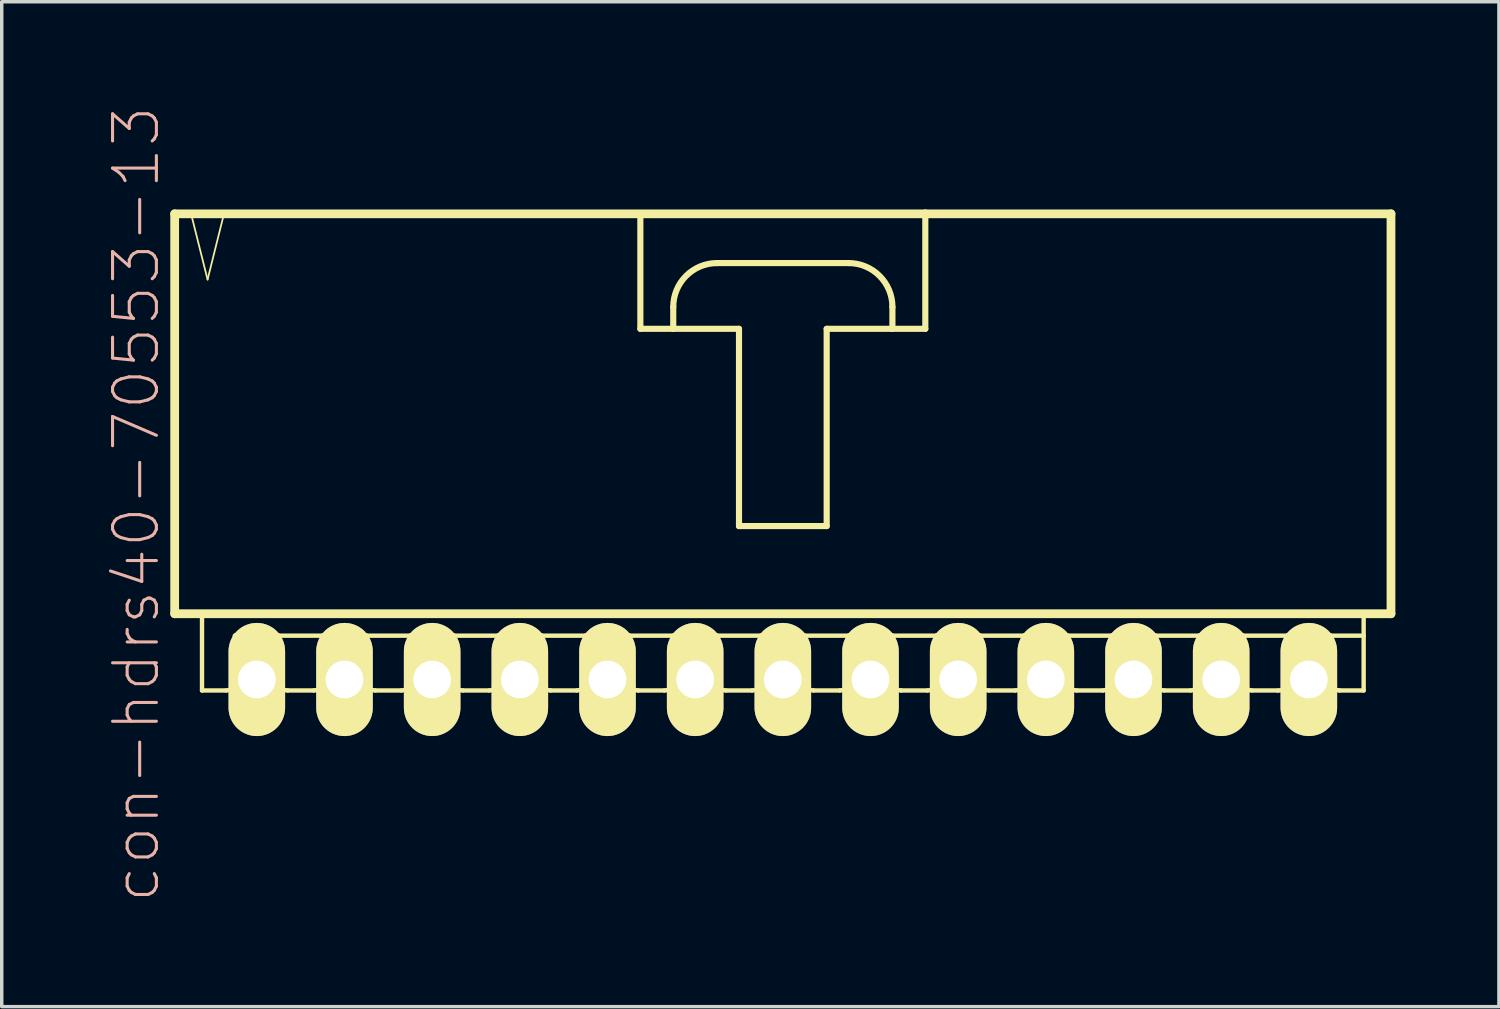
<source format=kicad_pcb>
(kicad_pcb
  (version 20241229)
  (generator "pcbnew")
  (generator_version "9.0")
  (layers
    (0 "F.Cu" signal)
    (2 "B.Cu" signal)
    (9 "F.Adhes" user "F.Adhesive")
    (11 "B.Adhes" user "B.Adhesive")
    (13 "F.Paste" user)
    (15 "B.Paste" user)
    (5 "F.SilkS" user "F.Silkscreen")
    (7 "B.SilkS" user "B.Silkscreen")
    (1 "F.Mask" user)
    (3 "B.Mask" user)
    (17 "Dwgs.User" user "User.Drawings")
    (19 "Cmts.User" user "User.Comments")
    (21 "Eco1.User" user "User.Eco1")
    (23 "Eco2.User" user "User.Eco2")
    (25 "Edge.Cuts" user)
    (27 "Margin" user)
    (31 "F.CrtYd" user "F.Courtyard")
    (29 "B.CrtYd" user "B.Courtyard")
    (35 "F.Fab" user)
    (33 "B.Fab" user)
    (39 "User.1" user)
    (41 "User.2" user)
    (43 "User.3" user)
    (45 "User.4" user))
  (footprint "con-hdrs40-70553-13"
    (layer "F.Cu")
    (at 19.631 9.017)
    (property "Reference" "con-hdrs40-70553-13" (at -18.733 2.54 90) (layer "B.SilkS") (effects (font (size 1.27 1.27) (thickness 0.089))))
    (attr exclude_from_pos_files exclude_from_bom)
    (fp_line (start -17.62 -5.872) (end -17.62 5.715) (stroke (width 0.254) (type solid)) (layer "F.SilkS"))
    (fp_line (start -17.62 5.715) (end 17.62 5.715) (stroke (width 0.254) (type solid)) (layer "F.SilkS"))
    (fp_line (start -17.145 -5.872) (end -16.667 -3.967) (stroke (width 0.051) (type solid)) (layer "F.SilkS"))
    (fp_line (start -16.828 5.715) (end -16.828 7.938) (stroke (width 0.127) (type solid)) (layer "F.SilkS"))
    (fp_line (start -16.667 -3.967) (end -16.192 -5.872) (stroke (width 0.051) (type solid)) (layer "F.SilkS"))
    (fp_line (start -16.192 -5.872) (end -17.145 -5.872) (stroke (width 0.051) (type solid)) (layer "F.SilkS"))
    (fp_line (start -16.129 7.938) (end -16.828 7.938) (stroke (width 0.127) (type solid)) (layer "F.SilkS"))
    (fp_line (start -15.875 6.35) (end -15.875 7.684) (stroke (width 0.127) (type solid)) (layer "F.SilkS"))
    (fp_line (start -15.875 6.35) (end -14.605 6.35) (stroke (width 0.127) (type solid)) (layer "F.SilkS"))
    (fp_line (start -15.557 6.35) (end -14.922 6.35) (stroke (width 0.066) (type solid)) (layer "F.SilkS"))
    (fp_line (start -15.557 7.62) (end -15.557 6.35) (stroke (width 0.066) (type solid)) (layer "F.SilkS"))
    (fp_line (start -15.557 7.62) (end -14.922 7.62) (stroke (width 0.066) (type solid)) (layer "F.SilkS"))
    (fp_line (start -14.922 7.62) (end -14.922 6.35) (stroke (width 0.066) (type solid)) (layer "F.SilkS"))
    (fp_line (start -14.605 6.35) (end -14.605 7.684) (stroke (width 0.127) (type solid)) (layer "F.SilkS"))
    (fp_line (start -14.605 6.35) (end -13.335 6.35) (stroke (width 0.127) (type solid)) (layer "F.SilkS"))
    (fp_line (start -13.589 7.938) (end -14.348 7.938) (stroke (width 0.127) (type solid)) (layer "F.SilkS"))
    (fp_line (start -13.335 6.35) (end -13.335 7.684) (stroke (width 0.127) (type solid)) (layer "F.SilkS"))
    (fp_line (start -13.335 6.35) (end -12.065 6.35) (stroke (width 0.127) (type solid)) (layer "F.SilkS"))
    (fp_line (start -13.018 6.35) (end -12.383 6.35) (stroke (width 0.066) (type solid)) (layer "F.SilkS"))
    (fp_line (start -13.018 7.62) (end -13.018 6.35) (stroke (width 0.066) (type solid)) (layer "F.SilkS"))
    (fp_line (start -13.018 7.62) (end -12.383 7.62) (stroke (width 0.066) (type solid)) (layer "F.SilkS"))
    (fp_line (start -12.383 7.62) (end -12.383 6.35) (stroke (width 0.066) (type solid)) (layer "F.SilkS"))
    (fp_line (start -12.065 6.35) (end -12.065 7.684) (stroke (width 0.127) (type solid)) (layer "F.SilkS"))
    (fp_line (start -12.065 6.35) (end -10.795 6.35) (stroke (width 0.127) (type solid)) (layer "F.SilkS"))
    (fp_line (start -11.049 7.938) (end -11.811 7.938) (stroke (width 0.127) (type solid)) (layer "F.SilkS"))
    (fp_line (start -10.795 6.35) (end -10.795 7.684) (stroke (width 0.127) (type solid)) (layer "F.SilkS"))
    (fp_line (start -10.795 6.35) (end -9.525 6.35) (stroke (width 0.127) (type solid)) (layer "F.SilkS"))
    (fp_line (start -10.477 6.35) (end -9.842 6.35) (stroke (width 0.066) (type solid)) (layer "F.SilkS"))
    (fp_line (start -10.477 7.62) (end -10.477 6.35) (stroke (width 0.066) (type solid)) (layer "F.SilkS"))
    (fp_line (start -10.477 7.62) (end -9.842 7.62) (stroke (width 0.066) (type solid)) (layer "F.SilkS"))
    (fp_line (start -9.842 7.62) (end -9.842 6.35) (stroke (width 0.066) (type solid)) (layer "F.SilkS"))
    (fp_line (start -9.525 6.35) (end -9.525 7.684) (stroke (width 0.127) (type solid)) (layer "F.SilkS"))
    (fp_line (start -9.525 6.35) (end -8.255 6.35) (stroke (width 0.127) (type solid)) (layer "F.SilkS"))
    (fp_line (start -8.509 7.938) (end -9.271 7.938) (stroke (width 0.127) (type solid)) (layer "F.SilkS"))
    (fp_line (start -8.255 6.35) (end -8.255 7.684) (stroke (width 0.127) (type solid)) (layer "F.SilkS"))
    (fp_line (start -8.255 6.35) (end -6.985 6.35) (stroke (width 0.127) (type solid)) (layer "F.SilkS"))
    (fp_line (start -7.938 6.35) (end -7.303 6.35) (stroke (width 0.066) (type solid)) (layer "F.SilkS"))
    (fp_line (start -7.938 7.62) (end -7.938 6.35) (stroke (width 0.066) (type solid)) (layer "F.SilkS"))
    (fp_line (start -7.938 7.62) (end -7.303 7.62) (stroke (width 0.066) (type solid)) (layer "F.SilkS"))
    (fp_line (start -7.303 7.62) (end -7.303 6.35) (stroke (width 0.066) (type solid)) (layer "F.SilkS"))
    (fp_line (start -6.985 6.35) (end -6.985 7.684) (stroke (width 0.127) (type solid)) (layer "F.SilkS"))
    (fp_line (start -6.985 6.35) (end -5.715 6.35) (stroke (width 0.127) (type solid)) (layer "F.SilkS"))
    (fp_line (start -5.969 7.938) (end -6.731 7.938) (stroke (width 0.127) (type solid)) (layer "F.SilkS"))
    (fp_line (start -5.715 6.35) (end -5.715 7.684) (stroke (width 0.127) (type solid)) (layer "F.SilkS"))
    (fp_line (start -5.715 6.35) (end -4.445 6.35) (stroke (width 0.127) (type solid)) (layer "F.SilkS"))
    (fp_line (start -5.397 6.35) (end -4.763 6.35) (stroke (width 0.066) (type solid)) (layer "F.SilkS"))
    (fp_line (start -5.397 7.62) (end -5.397 6.35) (stroke (width 0.066) (type solid)) (layer "F.SilkS"))
    (fp_line (start -5.397 7.62) (end -4.763 7.62) (stroke (width 0.066) (type solid)) (layer "F.SilkS"))
    (fp_line (start -4.763 7.62) (end -4.763 6.35) (stroke (width 0.066) (type solid)) (layer "F.SilkS"))
    (fp_line (start -4.445 6.35) (end -4.445 7.684) (stroke (width 0.127) (type solid)) (layer "F.SilkS"))
    (fp_line (start -4.445 6.35) (end -3.175 6.35) (stroke (width 0.127) (type solid)) (layer "F.SilkS"))
    (fp_line (start -4.128 -5.872) (end -4.128 -2.54) (stroke (width 0.178) (type solid)) (layer "F.SilkS"))
    (fp_line (start -4.128 -2.54) (end -3.175 -2.54) (stroke (width 0.178) (type solid)) (layer "F.SilkS"))
    (fp_line (start -3.429 7.938) (end -4.191 7.938) (stroke (width 0.127) (type solid)) (layer "F.SilkS"))
    (fp_line (start -3.175 -2.54) (end -3.175 -3.175) (stroke (width 0.178) (type solid)) (layer "F.SilkS"))
    (fp_line (start -3.175 -2.54) (end -1.27 -2.54) (stroke (width 0.178) (type solid)) (layer "F.SilkS"))
    (fp_line (start -3.175 6.35) (end -3.175 7.684) (stroke (width 0.127) (type solid)) (layer "F.SilkS"))
    (fp_line (start -3.175 6.35) (end -1.905 6.35) (stroke (width 0.127) (type solid)) (layer "F.SilkS"))
    (fp_line (start -2.857 6.35) (end -2.223 6.35) (stroke (width 0.066) (type solid)) (layer "F.SilkS"))
    (fp_line (start -2.857 7.62) (end -2.857 6.35) (stroke (width 0.066) (type solid)) (layer "F.SilkS"))
    (fp_line (start -2.857 7.62) (end -2.223 7.62) (stroke (width 0.066) (type solid)) (layer "F.SilkS"))
    (fp_line (start -2.223 7.62) (end -2.223 6.35) (stroke (width 0.066) (type solid)) (layer "F.SilkS"))
    (fp_line (start -1.905 -4.445) (end 1.905 -4.445) (stroke (width 0.178) (type solid)) (layer "F.SilkS"))
    (fp_line (start -1.905 6.35) (end -1.905 7.684) (stroke (width 0.127) (type solid)) (layer "F.SilkS"))
    (fp_line (start -1.905 6.35) (end -0.635 6.35) (stroke (width 0.127) (type solid)) (layer "F.SilkS"))
    (fp_line (start -1.27 -2.54) (end -1.27 3.175) (stroke (width 0.178) (type solid)) (layer "F.SilkS"))
    (fp_line (start -1.27 3.175) (end 1.27 3.175) (stroke (width 0.178) (type solid)) (layer "F.SilkS"))
    (fp_line (start -0.889 7.938) (end -1.651 7.938) (stroke (width 0.127) (type solid)) (layer "F.SilkS"))
    (fp_line (start -0.635 6.35) (end -0.635 7.684) (stroke (width 0.127) (type solid)) (layer "F.SilkS"))
    (fp_line (start -0.635 6.35) (end 0.635 6.35) (stroke (width 0.127) (type solid)) (layer "F.SilkS"))
    (fp_line (start -0.318 6.35) (end 0.318 6.35) (stroke (width 0.066) (type solid)) (layer "F.SilkS"))
    (fp_line (start -0.318 7.62) (end -0.318 6.35) (stroke (width 0.066) (type solid)) (layer "F.SilkS"))
    (fp_line (start -0.318 7.62) (end 0.318 7.62) (stroke (width 0.066) (type solid)) (layer "F.SilkS"))
    (fp_line (start 0.318 7.62) (end 0.318 6.35) (stroke (width 0.066) (type solid)) (layer "F.SilkS"))
    (fp_line (start 0.635 6.35) (end 0.635 7.684) (stroke (width 0.127) (type solid)) (layer "F.SilkS"))
    (fp_line (start 0.635 6.35) (end 1.905 6.35) (stroke (width 0.127) (type solid)) (layer "F.SilkS"))
    (fp_line (start 1.27 -2.54) (end 3.175 -2.54) (stroke (width 0.178) (type solid)) (layer "F.SilkS"))
    (fp_line (start 1.27 3.175) (end 1.27 -2.54) (stroke (width 0.178) (type solid)) (layer "F.SilkS"))
    (fp_line (start 1.651 7.938) (end 0.889 7.938) (stroke (width 0.127) (type solid)) (layer "F.SilkS"))
    (fp_line (start 1.905 6.35) (end 1.905 7.684) (stroke (width 0.127) (type solid)) (layer "F.SilkS"))
    (fp_line (start 1.905 6.35) (end 3.175 6.35) (stroke (width 0.127) (type solid)) (layer "F.SilkS"))
    (fp_line (start 2.223 6.35) (end 2.857 6.35) (stroke (width 0.066) (type solid)) (layer "F.SilkS"))
    (fp_line (start 2.223 7.62) (end 2.223 6.35) (stroke (width 0.066) (type solid)) (layer "F.SilkS"))
    (fp_line (start 2.223 7.62) (end 2.857 7.62) (stroke (width 0.066) (type solid)) (layer "F.SilkS"))
    (fp_line (start 2.857 7.62) (end 2.857 6.35) (stroke (width 0.066) (type solid)) (layer "F.SilkS"))
    (fp_line (start 3.175 -3.175) (end 3.175 -2.54) (stroke (width 0.178) (type solid)) (layer "F.SilkS"))
    (fp_line (start 3.175 -2.54) (end 4.128 -2.54) (stroke (width 0.178) (type solid)) (layer "F.SilkS"))
    (fp_line (start 3.175 6.35) (end 3.175 7.684) (stroke (width 0.127) (type solid)) (layer "F.SilkS"))
    (fp_line (start 3.175 6.35) (end 4.445 6.35) (stroke (width 0.127) (type solid)) (layer "F.SilkS"))
    (fp_line (start 4.128 -5.872) (end -17.62 -5.872) (stroke (width 0.254) (type solid)) (layer "F.SilkS"))
    (fp_line (start 4.128 -2.54) (end 4.128 -5.872) (stroke (width 0.178) (type solid)) (layer "F.SilkS"))
    (fp_line (start 4.191 7.938) (end 3.429 7.938) (stroke (width 0.127) (type solid)) (layer "F.SilkS"))
    (fp_line (start 4.445 6.35) (end 4.445 7.684) (stroke (width 0.127) (type solid)) (layer "F.SilkS"))
    (fp_line (start 4.445 6.35) (end 5.715 6.35) (stroke (width 0.127) (type solid)) (layer "F.SilkS"))
    (fp_line (start 4.763 6.35) (end 5.397 6.35) (stroke (width 0.066) (type solid)) (layer "F.SilkS"))
    (fp_line (start 4.763 7.62) (end 4.763 6.35) (stroke (width 0.066) (type solid)) (layer "F.SilkS"))
    (fp_line (start 4.763 7.62) (end 5.397 7.62) (stroke (width 0.066) (type solid)) (layer "F.SilkS"))
    (fp_line (start 5.397 7.62) (end 5.397 6.35) (stroke (width 0.066) (type solid)) (layer "F.SilkS"))
    (fp_line (start 5.715 6.35) (end 5.715 7.684) (stroke (width 0.127) (type solid)) (layer "F.SilkS"))
    (fp_line (start 5.715 6.35) (end 6.985 6.35) (stroke (width 0.127) (type solid)) (layer "F.SilkS"))
    (fp_line (start 6.731 7.938) (end 5.969 7.938) (stroke (width 0.127) (type solid)) (layer "F.SilkS"))
    (fp_line (start 6.985 6.35) (end 6.985 7.684) (stroke (width 0.127) (type solid)) (layer "F.SilkS"))
    (fp_line (start 6.985 6.35) (end 8.255 6.35) (stroke (width 0.127) (type solid)) (layer "F.SilkS"))
    (fp_line (start 7.303 6.35) (end 7.938 6.35) (stroke (width 0.066) (type solid)) (layer "F.SilkS"))
    (fp_line (start 7.303 7.62) (end 7.303 6.35) (stroke (width 0.066) (type solid)) (layer "F.SilkS"))
    (fp_line (start 7.303 7.62) (end 7.938 7.62) (stroke (width 0.066) (type solid)) (layer "F.SilkS"))
    (fp_line (start 7.938 7.62) (end 7.938 6.35) (stroke (width 0.066) (type solid)) (layer "F.SilkS"))
    (fp_line (start 8.255 6.35) (end 8.255 7.684) (stroke (width 0.127) (type solid)) (layer "F.SilkS"))
    (fp_line (start 8.255 6.35) (end 9.525 6.35) (stroke (width 0.127) (type solid)) (layer "F.SilkS"))
    (fp_line (start 9.271 7.938) (end 8.509 7.938) (stroke (width 0.127) (type solid)) (layer "F.SilkS"))
    (fp_line (start 9.525 6.35) (end 9.525 7.684) (stroke (width 0.127) (type solid)) (layer "F.SilkS"))
    (fp_line (start 9.525 6.35) (end 10.795 6.35) (stroke (width 0.127) (type solid)) (layer "F.SilkS"))
    (fp_line (start 9.842 6.35) (end 10.477 6.35) (stroke (width 0.066) (type solid)) (layer "F.SilkS"))
    (fp_line (start 9.842 7.62) (end 9.842 6.35) (stroke (width 0.066) (type solid)) (layer "F.SilkS"))
    (fp_line (start 9.842 7.62) (end 10.477 7.62) (stroke (width 0.066) (type solid)) (layer "F.SilkS"))
    (fp_line (start 10.477 7.62) (end 10.477 6.35) (stroke (width 0.066) (type solid)) (layer "F.SilkS"))
    (fp_line (start 10.795 6.35) (end 10.795 7.684) (stroke (width 0.127) (type solid)) (layer "F.SilkS"))
    (fp_line (start 10.795 6.35) (end 12.065 6.35) (stroke (width 0.127) (type solid)) (layer "F.SilkS"))
    (fp_line (start 11.811 7.938) (end 11.049 7.938) (stroke (width 0.127) (type solid)) (layer "F.SilkS"))
    (fp_line (start 12.065 6.35) (end 12.065 7.684) (stroke (width 0.127) (type solid)) (layer "F.SilkS"))
    (fp_line (start 12.065 6.35) (end 13.335 6.35) (stroke (width 0.127) (type solid)) (layer "F.SilkS"))
    (fp_line (start 12.383 6.35) (end 13.018 6.35) (stroke (width 0.066) (type solid)) (layer "F.SilkS"))
    (fp_line (start 12.383 7.62) (end 12.383 6.35) (stroke (width 0.066) (type solid)) (layer "F.SilkS"))
    (fp_line (start 12.383 7.62) (end 13.018 7.62) (stroke (width 0.066) (type solid)) (layer "F.SilkS"))
    (fp_line (start 13.018 7.62) (end 13.018 6.35) (stroke (width 0.066) (type solid)) (layer "F.SilkS"))
    (fp_line (start 13.335 6.35) (end 13.335 7.684) (stroke (width 0.127) (type solid)) (layer "F.SilkS"))
    (fp_line (start 13.335 6.35) (end 14.605 6.35) (stroke (width 0.127) (type solid)) (layer "F.SilkS"))
    (fp_line (start 14.348 7.938) (end 13.589 7.938) (stroke (width 0.127) (type solid)) (layer "F.SilkS"))
    (fp_line (start 14.605 6.35) (end 14.605 7.684) (stroke (width 0.127) (type solid)) (layer "F.SilkS"))
    (fp_line (start 14.605 6.35) (end 15.875 6.35) (stroke (width 0.127) (type solid)) (layer "F.SilkS"))
    (fp_line (start 14.922 6.35) (end 15.557 6.35) (stroke (width 0.066) (type solid)) (layer "F.SilkS"))
    (fp_line (start 14.922 7.62) (end 14.922 6.35) (stroke (width 0.066) (type solid)) (layer "F.SilkS"))
    (fp_line (start 14.922 7.62) (end 15.557 7.62) (stroke (width 0.066) (type solid)) (layer "F.SilkS"))
    (fp_line (start 15.557 7.62) (end 15.557 6.35) (stroke (width 0.066) (type solid)) (layer "F.SilkS"))
    (fp_line (start 15.875 6.35) (end 15.875 7.684) (stroke (width 0.127) (type solid)) (layer "F.SilkS"))
    (fp_line (start 15.875 6.35) (end 16.828 6.35) (stroke (width 0.127) (type solid)) (layer "F.SilkS"))
    (fp_line (start 16.129 7.938) (end 16.828 7.938) (stroke (width 0.127) (type solid)) (layer "F.SilkS"))
    (fp_line (start 16.828 6.35) (end 16.828 5.715) (stroke (width 0.127) (type solid)) (layer "F.SilkS"))
    (fp_line (start 16.828 7.938) (end 16.828 6.35) (stroke (width 0.127) (type solid)) (layer "F.SilkS"))
    (fp_line (start 17.62 -5.872) (end 4.128 -5.872) (stroke (width 0.254) (type solid)) (layer "F.SilkS"))
    (fp_line (start 17.62 5.715) (end 17.62 -5.872) (stroke (width 0.254) (type solid)) (layer "F.SilkS"))
    (fp_arc (start -15.875 7.6835) (mid -15.949395 7.863105) (end -16.129 7.9375) (stroke (width 0.127) (type solid)) (layer "F.SilkS"))
    (fp_arc (start -14.34846 7.9375) (mid -14.528065 7.863105) (end -14.60246 7.6835) (stroke (width 0.127) (type solid)) (layer "F.SilkS"))
    (fp_arc (start -13.335 7.6835) (mid -13.409395 7.863105) (end -13.589 7.9375) (stroke (width 0.127) (type solid)) (layer "F.SilkS"))
    (fp_arc (start -11.811 7.9375) (mid -11.990605 7.863105) (end -12.065 7.6835) (stroke (width 0.127) (type solid)) (layer "F.SilkS"))
    (fp_arc (start -10.795 7.6835) (mid -10.869395 7.863105) (end -11.049 7.9375) (stroke (width 0.127) (type solid)) (layer "F.SilkS"))
    (fp_arc (start -9.271 7.9375) (mid -9.450605 7.863105) (end -9.525 7.6835) (stroke (width 0.127) (type solid)) (layer "F.SilkS"))
    (fp_arc (start -8.255 7.6835) (mid -8.329395 7.863105) (end -8.509 7.9375) (stroke (width 0.127) (type solid)) (layer "F.SilkS"))
    (fp_arc (start -6.731 7.9375) (mid -6.910605 7.863105) (end -6.985 7.6835) (stroke (width 0.127) (type solid)) (layer "F.SilkS"))
    (fp_arc (start -5.715 7.6835) (mid -5.789395 7.863105) (end -5.969 7.9375) (stroke (width 0.127) (type solid)) (layer "F.SilkS"))
    (fp_arc (start -4.191 7.9375) (mid -4.370605 7.863105) (end -4.445 7.6835) (stroke (width 0.127) (type solid)) (layer "F.SilkS"))
    (fp_arc (start -3.175 -3.175) (mid -2.803026 -4.073026) (end -1.905 -4.445) (stroke (width 0.1778) (type solid)) (layer "F.SilkS"))
    (fp_arc (start -3.175 7.6835) (mid -3.249395 7.863105) (end -3.429 7.9375) (stroke (width 0.127) (type solid)) (layer "F.SilkS"))
    (fp_arc (start -1.651 7.9375) (mid -1.830605 7.863105) (end -1.905 7.6835) (stroke (width 0.127) (type solid)) (layer "F.SilkS"))
    (fp_arc (start -0.635 7.6835) (mid -0.709395 7.863105) (end -0.889 7.9375) (stroke (width 0.127) (type solid)) (layer "F.SilkS"))
    (fp_arc (start 0.889 7.9375) (mid 0.709395 7.863105) (end 0.635 7.6835) (stroke (width 0.127) (type solid)) (layer "F.SilkS"))
    (fp_arc (start 1.905 -4.445) (mid 2.803026 -4.073026) (end 3.175 -3.175) (stroke (width 0.1778) (type solid)) (layer "F.SilkS"))
    (fp_arc (start 1.905 7.6835) (mid 1.830605 7.863105) (end 1.651 7.9375) (stroke (width 0.127) (type solid)) (layer "F.SilkS"))
    (fp_arc (start 3.429 7.9375) (mid 3.249395 7.863105) (end 3.175 7.6835) (stroke (width 0.127) (type solid)) (layer "F.SilkS"))
    (fp_arc (start 4.445 7.6835) (mid 4.370605 7.863105) (end 4.191 7.9375) (stroke (width 0.127) (type solid)) (layer "F.SilkS"))
    (fp_arc (start 5.969 7.9375) (mid 5.789395 7.863105) (end 5.715 7.6835) (stroke (width 0.127) (type solid)) (layer "F.SilkS"))
    (fp_arc (start 6.985 7.6835) (mid 6.910605 7.863105) (end 6.731 7.9375) (stroke (width 0.127) (type solid)) (layer "F.SilkS"))
    (fp_arc (start 8.509 7.9375) (mid 8.329395 7.863105) (end 8.255 7.6835) (stroke (width 0.127) (type solid)) (layer "F.SilkS"))
    (fp_arc (start 9.525 7.6835) (mid 9.450605 7.863105) (end 9.271 7.9375) (stroke (width 0.127) (type solid)) (layer "F.SilkS"))
    (fp_arc (start 11.049 7.9375) (mid 10.869395 7.863105) (end 10.795 7.6835) (stroke (width 0.127) (type solid)) (layer "F.SilkS"))
    (fp_arc (start 12.065 7.6835) (mid 11.990605 7.863105) (end 11.811 7.9375) (stroke (width 0.127) (type solid)) (layer "F.SilkS"))
    (fp_arc (start 13.589 7.9375) (mid 13.409395 7.863105) (end 13.335 7.6835) (stroke (width 0.127) (type solid)) (layer "F.SilkS"))
    (fp_arc (start 14.605 7.6835) (mid 14.529861 7.864901) (end 14.34846 7.94004) (stroke (width 0.127) (type solid)) (layer "F.SilkS"))
    (fp_arc (start 16.129 7.9375) (mid 15.949395 7.863105) (end 15.875 7.6835) (stroke (width 0.127) (type solid)) (layer "F.SilkS"))
    (pad "1" thru_hole oval (at -15.24 7.62) (size 1.638 3.277) (drill 1.09) (layers "*.Cu" "F.Mask" "F.SilkS" "F.Paste"))
    (pad "2" thru_hole oval (at -12.7 7.62) (size 1.638 3.277) (drill 1.09) (layers "*.Cu" "F.Mask" "F.SilkS" "F.Paste"))
    (pad "3" thru_hole oval (at -10.16 7.62) (size 1.638 3.277) (drill 1.09) (layers "*.Cu" "F.Mask" "F.SilkS" "F.Paste"))
    (pad "4" thru_hole oval (at -7.62 7.62) (size 1.638 3.277) (drill 1.09) (layers "*.Cu" "F.Mask" "F.SilkS" "F.Paste"))
    (pad "5" thru_hole oval (at -5.08 7.62) (size 1.638 3.277) (drill 1.09) (layers "*.Cu" "F.Mask" "F.SilkS" "F.Paste"))
    (pad "6" thru_hole oval (at -2.54 7.62) (size 1.638 3.277) (drill 1.09) (layers "*.Cu" "F.Mask" "F.SilkS" "F.Paste"))
    (pad "7" thru_hole oval (at 0 7.62) (size 1.638 3.277) (drill 1.09) (layers "*.Cu" "F.Mask" "F.SilkS" "F.Paste"))
    (pad "8" thru_hole oval (at 2.54 7.62) (size 1.638 3.277) (drill 1.09) (layers "*.Cu" "F.Mask" "F.SilkS" "F.Paste"))
    (pad "9" thru_hole oval (at 5.08 7.62) (size 1.638 3.277) (drill 1.09) (layers "*.Cu" "F.Mask" "F.SilkS" "F.Paste"))
    (pad "10" thru_hole oval (at 7.62 7.62) (size 1.638 3.277) (drill 1.09) (layers "*.Cu" "F.Mask" "F.SilkS" "F.Paste"))
    (pad "11" thru_hole oval (at 10.16 7.62) (size 1.638 3.277) (drill 1.09) (layers "*.Cu" "F.Mask" "F.SilkS" "F.Paste"))
    (pad "12" thru_hole oval (at 12.7 7.62) (size 1.638 3.277) (drill 1.09) (layers "*.Cu" "F.Mask" "F.SilkS" "F.Paste"))
    (pad "13" thru_hole oval (at 15.24 7.62) (size 1.638 3.277) (drill 1.09) (layers "*.Cu" "F.Mask" "F.SilkS" "F.Paste")))
  (gr_rect
    (start -3 -3)
    (end 40.378 26.115)
    (stroke (width 0.1) (type default))
    (fill no)
    (layer "Edge.Cuts")))
</source>
